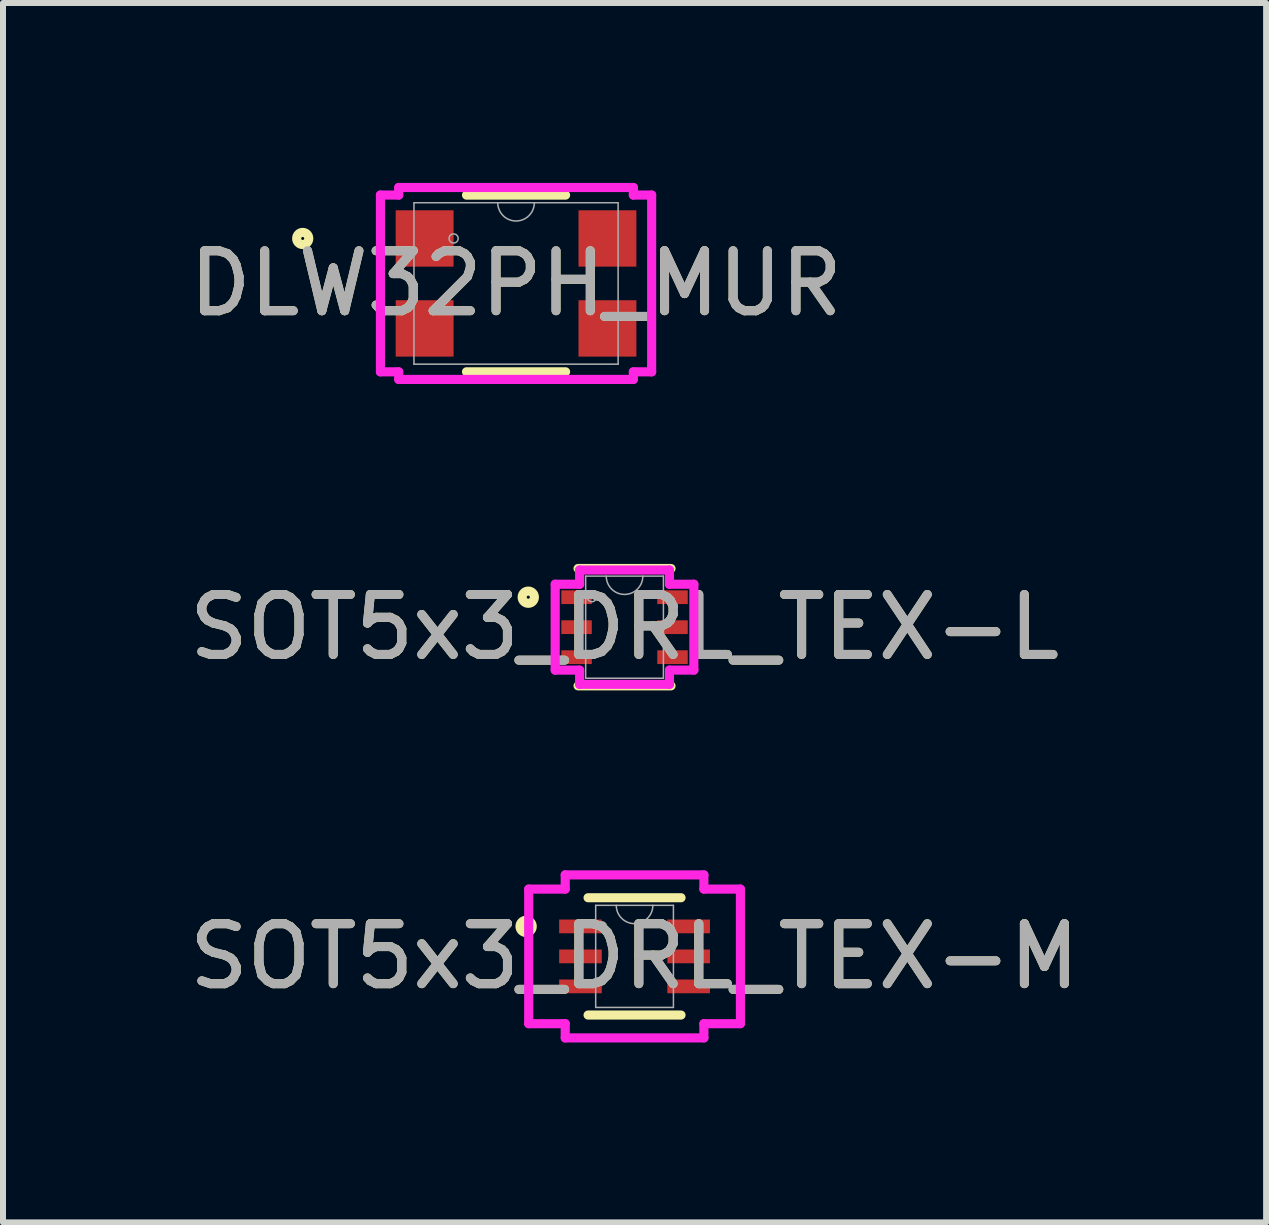
<source format=kicad_pcb>
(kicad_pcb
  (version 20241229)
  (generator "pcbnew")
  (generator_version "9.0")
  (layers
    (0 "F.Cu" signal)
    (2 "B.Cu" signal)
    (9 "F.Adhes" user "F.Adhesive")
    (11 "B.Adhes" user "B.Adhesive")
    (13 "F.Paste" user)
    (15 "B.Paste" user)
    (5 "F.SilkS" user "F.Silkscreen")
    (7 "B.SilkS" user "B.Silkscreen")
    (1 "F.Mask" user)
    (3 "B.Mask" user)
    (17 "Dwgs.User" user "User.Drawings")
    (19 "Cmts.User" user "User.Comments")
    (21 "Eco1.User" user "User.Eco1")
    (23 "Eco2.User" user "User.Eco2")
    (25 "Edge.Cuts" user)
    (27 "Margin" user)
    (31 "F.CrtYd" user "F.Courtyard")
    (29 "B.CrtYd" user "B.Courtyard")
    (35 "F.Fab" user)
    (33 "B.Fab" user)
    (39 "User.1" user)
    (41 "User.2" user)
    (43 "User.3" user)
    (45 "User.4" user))
  (footprint "SOT5x3_DRL_TEX-M"
    (layer "F.Cu")
    (at 7.53 12.896)
    (property "Reference" "SOT5x3_DRL_TEX-M" (at 0 0 0) (unlocked yes) (layer "F.SilkS") (effects (font (size 1 1) (thickness 0.15))))
    (attr smd)
    (fp_line (start -0.775 0.978) (end 0.775 0.978) (stroke (width 0.152) (type solid)) (layer "F.SilkS"))
    (fp_line (start 0.775 -0.978) (end -0.775 -0.978) (stroke (width 0.152) (type solid)) (layer "F.SilkS"))
    (fp_circle (center -1.808 -0.5) (end -1.706 -0.5) (stroke (width 0.152) (type solid)) (fill no) (layer "F.SilkS"))
    (fp_line (start -1.765 -1.122) (end -1.156 -1.122) (stroke (width 0.152) (type solid)) (layer "F.CrtYd"))
    (fp_line (start -1.765 1.122) (end -1.765 -1.122) (stroke (width 0.152) (type solid)) (layer "F.CrtYd"))
    (fp_line (start -1.765 1.122) (end -1.156 1.122) (stroke (width 0.152) (type solid)) (layer "F.CrtYd"))
    (fp_line (start -1.156 -1.359) (end 1.156 -1.359) (stroke (width 0.152) (type solid)) (layer "F.CrtYd"))
    (fp_line (start -1.156 -1.122) (end -1.156 -1.359) (stroke (width 0.152) (type solid)) (layer "F.CrtYd"))
    (fp_line (start -1.156 1.359) (end -1.156 1.122) (stroke (width 0.152) (type solid)) (layer "F.CrtYd"))
    (fp_line (start 1.156 -1.359) (end 1.156 -1.122) (stroke (width 0.152) (type solid)) (layer "F.CrtYd"))
    (fp_line (start 1.156 1.122) (end 1.156 1.359) (stroke (width 0.152) (type solid)) (layer "F.CrtYd"))
    (fp_line (start 1.156 1.359) (end -1.156 1.359) (stroke (width 0.152) (type solid)) (layer "F.CrtYd"))
    (fp_line (start 1.765 -1.122) (end 1.156 -1.122) (stroke (width 0.152) (type solid)) (layer "F.CrtYd"))
    (fp_line (start 1.765 -1.122) (end 1.765 1.122) (stroke (width 0.152) (type solid)) (layer "F.CrtYd"))
    (fp_line (start 1.765 1.122) (end 1.156 1.122) (stroke (width 0.152) (type solid)) (layer "F.CrtYd"))
    (fp_line (start -0.648 -0.851) (end -0.648 0.851) (stroke (width 0.025) (type solid)) (layer "F.Fab"))
    (fp_line (start -0.648 0.851) (end 0.648 0.851) (stroke (width 0.025) (type solid)) (layer "F.Fab"))
    (fp_line (start 0.648 -0.851) (end -0.648 -0.851) (stroke (width 0.025) (type solid)) (layer "F.Fab"))
    (fp_line (start 0.648 0.851) (end 0.648 -0.851) (stroke (width 0.025) (type solid)) (layer "F.Fab"))
    (fp_arc (start 0.3048 -0.8509) (mid 0 -0.5461) (end -0.3048 -0.8509) (stroke (width 0.0254) (type solid)) (layer "F.Fab"))
    (fp_circle (center -0.546 -0.5) (end -0.47 -0.5) (stroke (width 0.025) (type solid)) (fill no) (layer "F.Fab"))
    (fp_text user "${REFERENCE}" (at 0 0 0) (unlocked yes) (layer "F.Fab") (effects (font (size 1 1) (thickness 0.15))))
    (pad "1" smd rect (at -0.902 -0.5) (size 0.711 0.229) (layers "F.Cu" "F.Mask" "F.Paste"))
    (pad "2" smd rect (at -0.902 0) (size 0.711 0.229) (layers "F.Cu" "F.Mask" "F.Paste"))
    (pad "3" smd rect (at -0.902 0.5) (size 0.711 0.229) (layers "F.Cu" "F.Mask" "F.Paste"))
    (pad "4" smd rect (at 0.902 0.5) (size 0.711 0.229) (layers "F.Cu" "F.Mask" "F.Paste"))
    (pad "5" smd rect (at 0.902 0) (size 0.711 0.229) (layers "F.Cu" "F.Mask" "F.Paste"))
    (pad "6" smd rect (at 0.902 -0.5) (size 0.711 0.229) (layers "F.Cu" "F.Mask" "F.Paste")))
  (footprint "DLW32PH_MUR"
    (layer "F.Cu")
    (at 5.554 1.676)
    (property "Reference" "DLW32PH_MUR" (at 0 0 0) (unlocked yes) (layer "F.SilkS") (effects (font (size 1 1) (thickness 0.15))))
    (attr smd)
    (fp_line (start -0.826 1.473) (end 0.826 1.473) (stroke (width 0.152) (type solid)) (layer "F.SilkS"))
    (fp_line (start 0.826 -1.473) (end -0.826 -1.473) (stroke (width 0.152) (type solid)) (layer "F.SilkS"))
    (fp_circle (center -3.557 -0.75) (end -3.456 -0.75) (stroke (width 0.152) (type solid)) (fill no) (layer "F.SilkS"))
    (fp_line (start -2.261 -1.474) (end -1.956 -1.474) (stroke (width 0.152) (type solid)) (layer "F.CrtYd"))
    (fp_line (start -2.261 1.474) (end -2.261 -1.474) (stroke (width 0.152) (type solid)) (layer "F.CrtYd"))
    (fp_line (start -2.261 1.474) (end -1.956 1.474) (stroke (width 0.152) (type solid)) (layer "F.CrtYd"))
    (fp_line (start -1.956 -1.6) (end 1.956 -1.6) (stroke (width 0.152) (type solid)) (layer "F.CrtYd"))
    (fp_line (start -1.956 -1.474) (end -1.956 -1.6) (stroke (width 0.152) (type solid)) (layer "F.CrtYd"))
    (fp_line (start -1.956 1.6) (end -1.956 1.474) (stroke (width 0.152) (type solid)) (layer "F.CrtYd"))
    (fp_line (start 1.956 -1.6) (end 1.956 -1.474) (stroke (width 0.152) (type solid)) (layer "F.CrtYd"))
    (fp_line (start 1.956 1.474) (end 1.956 1.6) (stroke (width 0.152) (type solid)) (layer "F.CrtYd"))
    (fp_line (start 1.956 1.6) (end -1.956 1.6) (stroke (width 0.152) (type solid)) (layer "F.CrtYd"))
    (fp_line (start 2.261 -1.474) (end 1.956 -1.474) (stroke (width 0.152) (type solid)) (layer "F.CrtYd"))
    (fp_line (start 2.261 -1.474) (end 2.261 1.474) (stroke (width 0.152) (type solid)) (layer "F.CrtYd"))
    (fp_line (start 2.261 1.474) (end 1.956 1.474) (stroke (width 0.152) (type solid)) (layer "F.CrtYd"))
    (fp_line (start -1.702 -1.346) (end -1.702 1.346) (stroke (width 0.025) (type solid)) (layer "F.Fab"))
    (fp_line (start -1.702 1.346) (end 1.702 1.346) (stroke (width 0.025) (type solid)) (layer "F.Fab"))
    (fp_line (start 1.702 -1.346) (end -1.702 -1.346) (stroke (width 0.025) (type solid)) (layer "F.Fab"))
    (fp_line (start 1.702 1.346) (end 1.702 -1.346) (stroke (width 0.025) (type solid)) (layer "F.Fab"))
    (fp_arc (start 0.3048 -1.3462) (mid 0 -1.0414) (end -0.3048 -1.3462) (stroke (width 0.0254) (type solid)) (layer "F.Fab"))
    (fp_circle (center -1.041 -0.75) (end -0.965 -0.75) (stroke (width 0.025) (type solid)) (fill no) (layer "F.Fab"))
    (fp_text user "${REFERENCE}" (at 0 0 0) (unlocked yes) (layer "F.Fab") (effects (font (size 1 1) (thickness 0.15))))
    (pad "1" smd rect (at -1.524 -0.75) (size 0.965 0.94) (layers "F.Cu" "F.Mask" "F.Paste"))
    (pad "2" smd rect (at 1.524 -0.75) (size 0.965 0.94) (layers "F.Cu" "F.Mask" "F.Paste"))
    (pad "3" smd rect (at 1.524 0.75) (size 0.965 0.94) (layers "F.Cu" "F.Mask" "F.Paste"))
    (pad "4" smd rect (at -1.524 0.75) (size 0.965 0.94) (layers "F.Cu" "F.Mask" "F.Paste")))
  (footprint "SOT5x3_DRL_TEX-L"
    (layer "F.Cu")
    (at 7.363 7.407)
    (property "Reference" "SOT5x3_DRL_TEX-L" (at 0 0 0) (unlocked yes) (layer "F.SilkS") (effects (font (size 1 1) (thickness 0.15))))
    (attr smd)
    (fp_line (start -0.775 0.978) (end 0.775 0.978) (stroke (width 0.152) (type solid)) (layer "F.SilkS"))
    (fp_line (start 0.775 -0.978) (end -0.775 -0.978) (stroke (width 0.152) (type solid)) (layer "F.SilkS"))
    (fp_circle (center -1.605 -0.5) (end -1.503 -0.5) (stroke (width 0.152) (type solid)) (fill no) (layer "F.SilkS"))
    (fp_line (start -1.156 -0.716) (end -0.749 -0.716) (stroke (width 0.152) (type solid)) (layer "F.CrtYd"))
    (fp_line (start -1.156 0.716) (end -1.156 -0.716) (stroke (width 0.152) (type solid)) (layer "F.CrtYd"))
    (fp_line (start -1.156 0.716) (end -0.749 0.716) (stroke (width 0.152) (type solid)) (layer "F.CrtYd"))
    (fp_line (start -0.749 -0.953) (end 0.749 -0.953) (stroke (width 0.152) (type solid)) (layer "F.CrtYd"))
    (fp_line (start -0.749 -0.716) (end -0.749 -0.953) (stroke (width 0.152) (type solid)) (layer "F.CrtYd"))
    (fp_line (start -0.749 0.953) (end -0.749 0.716) (stroke (width 0.152) (type solid)) (layer "F.CrtYd"))
    (fp_line (start 0.749 -0.953) (end 0.749 -0.716) (stroke (width 0.152) (type solid)) (layer "F.CrtYd"))
    (fp_line (start 0.749 0.716) (end 0.749 0.953) (stroke (width 0.152) (type solid)) (layer "F.CrtYd"))
    (fp_line (start 0.749 0.953) (end -0.749 0.953) (stroke (width 0.152) (type solid)) (layer "F.CrtYd"))
    (fp_line (start 1.156 -0.716) (end 0.749 -0.716) (stroke (width 0.152) (type solid)) (layer "F.CrtYd"))
    (fp_line (start 1.156 -0.716) (end 1.156 0.716) (stroke (width 0.152) (type solid)) (layer "F.CrtYd"))
    (fp_line (start 1.156 0.716) (end 0.749 0.716) (stroke (width 0.152) (type solid)) (layer "F.CrtYd"))
    (fp_line (start -0.648 -0.851) (end -0.648 0.851) (stroke (width 0.025) (type solid)) (layer "F.Fab"))
    (fp_line (start -0.648 0.851) (end 0.648 0.851) (stroke (width 0.025) (type solid)) (layer "F.Fab"))
    (fp_line (start 0.648 -0.851) (end -0.648 -0.851) (stroke (width 0.025) (type solid)) (layer "F.Fab"))
    (fp_line (start 0.648 0.851) (end 0.648 -0.851) (stroke (width 0.025) (type solid)) (layer "F.Fab"))
    (fp_arc (start 0.3048 -0.8509) (mid 0 -0.5461) (end -0.3048 -0.8509) (stroke (width 0.0254) (type solid)) (layer "F.Fab"))
    (fp_circle (center -0.546 -0.5) (end -0.47 -0.5) (stroke (width 0.025) (type solid)) (fill no) (layer "F.Fab"))
    (fp_text user "${REFERENCE}" (at 0 0 0) (unlocked yes) (layer "F.Fab") (effects (font (size 1 1) (thickness 0.15))))
    (pad "1" smd rect (at -0.8 -0.5) (size 0.508 0.229) (layers "F.Cu" "F.Mask" "F.Paste"))
    (pad "2" smd rect (at -0.8 0) (size 0.508 0.229) (layers "F.Cu" "F.Mask" "F.Paste"))
    (pad "3" smd rect (at -0.8 0.5) (size 0.508 0.229) (layers "F.Cu" "F.Mask" "F.Paste"))
    (pad "4" smd rect (at 0.8 0.5) (size 0.508 0.229) (layers "F.Cu" "F.Mask" "F.Paste"))
    (pad "5" smd rect (at 0.8 0) (size 0.508 0.229) (layers "F.Cu" "F.Mask" "F.Paste"))
    (pad "6" smd rect (at 0.8 -0.5) (size 0.508 0.229) (layers "F.Cu" "F.Mask" "F.Paste")))
  (gr_rect
    (start -3 -3)
    (end 18.06 17.331)
    (stroke (width 0.1) (type default))
    (fill no)
    (layer "Edge.Cuts")))
</source>
